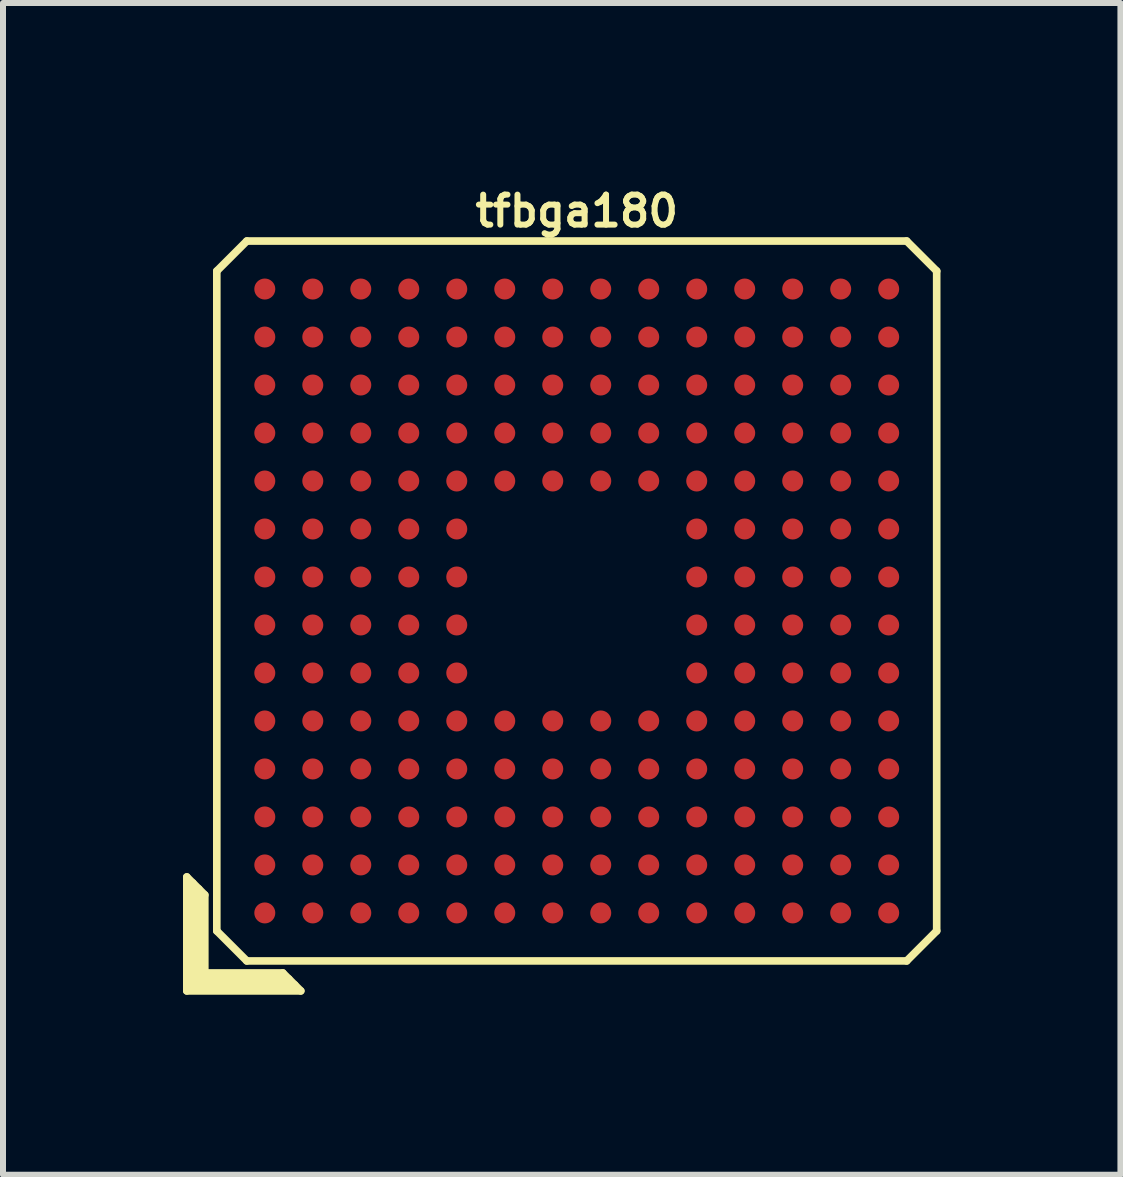
<source format=kicad_pcb>
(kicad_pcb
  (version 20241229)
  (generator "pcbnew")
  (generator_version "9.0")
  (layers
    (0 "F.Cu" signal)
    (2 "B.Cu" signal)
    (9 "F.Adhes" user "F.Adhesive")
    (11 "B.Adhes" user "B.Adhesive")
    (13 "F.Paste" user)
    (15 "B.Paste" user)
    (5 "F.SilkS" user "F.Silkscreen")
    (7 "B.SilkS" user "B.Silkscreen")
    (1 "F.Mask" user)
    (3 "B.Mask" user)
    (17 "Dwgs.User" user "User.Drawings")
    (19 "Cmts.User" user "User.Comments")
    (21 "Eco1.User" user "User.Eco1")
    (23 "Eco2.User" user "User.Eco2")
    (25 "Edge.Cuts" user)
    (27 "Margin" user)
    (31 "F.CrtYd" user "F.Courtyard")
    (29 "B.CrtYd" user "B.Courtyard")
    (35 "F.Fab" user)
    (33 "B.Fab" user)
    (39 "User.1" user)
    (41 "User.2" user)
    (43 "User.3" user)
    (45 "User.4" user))
  (footprint "tfbga180"
    (layer "F.Cu")
    (at 6.564 6.968)
    (property "Reference" "tfbga180" (at 0 -6.5 0) (layer "F.SilkS") (effects (font (size 0.5 0.5) (thickness 0.1))))
    (attr smd)
    (fp_line (start -6.5 4.6) (end -6.2 4.9) (stroke (width 0.127) (type solid)) (layer "F.SilkS"))
    (fp_line (start -6.5 6.5) (end -6.5 4.6) (stroke (width 0.127) (type solid)) (layer "F.SilkS"))
    (fp_line (start -6.4 6.4) (end -6.4 4.7) (stroke (width 0.127) (type solid)) (layer "F.SilkS"))
    (fp_line (start -6.3 4.8) (end -6.3 6.3) (stroke (width 0.127) (type solid)) (layer "F.SilkS"))
    (fp_line (start -6.3 6.3) (end -4.8 6.3) (stroke (width 0.127) (type solid)) (layer "F.SilkS"))
    (fp_line (start -6.2 4.9) (end -6.2 6.2) (stroke (width 0.127) (type solid)) (layer "F.SilkS"))
    (fp_line (start -6.2 6.2) (end -4.9 6.2) (stroke (width 0.127) (type solid)) (layer "F.SilkS"))
    (fp_line (start -6 -5.5) (end -5.5 -6) (stroke (width 0.127) (type solid)) (layer "F.SilkS"))
    (fp_line (start -6 5.5) (end -6 -5.5) (stroke (width 0.127) (type solid)) (layer "F.SilkS"))
    (fp_line (start -5.5 -6) (end 5.5 -6) (stroke (width 0.127) (type solid)) (layer "F.SilkS"))
    (fp_line (start -5.5 6) (end -6 5.5) (stroke (width 0.127) (type solid)) (layer "F.SilkS"))
    (fp_line (start -4.9 6.2) (end -4.6 6.5) (stroke (width 0.127) (type solid)) (layer "F.SilkS"))
    (fp_line (start -4.7 6.4) (end -6.4 6.4) (stroke (width 0.127) (type solid)) (layer "F.SilkS"))
    (fp_line (start -4.6 6.5) (end -6.5 6.5) (stroke (width 0.127) (type solid)) (layer "F.SilkS"))
    (fp_line (start 5.5 -6) (end 6 -5.5) (stroke (width 0.127) (type solid)) (layer "F.SilkS"))
    (fp_line (start 5.5 6) (end -5.5 6) (stroke (width 0.127) (type solid)) (layer "F.SilkS"))
    (fp_line (start 6 -5.5) (end 6 5.5) (stroke (width 0.127) (type solid)) (layer "F.SilkS"))
    (fp_line (start 6 5.5) (end 5.5 6) (stroke (width 0.127) (type solid)) (layer "F.SilkS"))
    (pad "A1" smd circle (at -5.2 5.2) (size 0.35 0.35) (layers "F.Cu" "F.Mask" "F.Paste"))
    (pad "A2" smd circle (at -4.4 5.2) (size 0.35 0.35) (layers "F.Cu" "F.Mask" "F.Paste"))
    (pad "A3" smd circle (at -3.6 5.2) (size 0.35 0.35) (layers "F.Cu" "F.Mask" "F.Paste"))
    (pad "A4" smd circle (at -2.8 5.2) (size 0.35 0.35) (layers "F.Cu" "F.Mask" "F.Paste"))
    (pad "A5" smd circle (at -2 5.2) (size 0.35 0.35) (layers "F.Cu" "F.Mask" "F.Paste"))
    (pad "A6" smd circle (at -1.2 5.2) (size 0.35 0.35) (layers "F.Cu" "F.Mask" "F.Paste"))
    (pad "A7" smd circle (at -0.4 5.2) (size 0.35 0.35) (layers "F.Cu" "F.Mask" "F.Paste"))
    (pad "A8" smd circle (at 0.4 5.2) (size 0.35 0.35) (layers "F.Cu" "F.Mask" "F.Paste"))
    (pad "A9" smd circle (at 1.2 5.2) (size 0.35 0.35) (layers "F.Cu" "F.Mask" "F.Paste"))
    (pad "A10" smd circle (at 2 5.2) (size 0.35 0.35) (layers "F.Cu" "F.Mask" "F.Paste"))
    (pad "A11" smd circle (at 2.8 5.2) (size 0.35 0.35) (layers "F.Cu" "F.Mask" "F.Paste"))
    (pad "A12" smd circle (at 3.6 5.2) (size 0.35 0.35) (layers "F.Cu" "F.Mask" "F.Paste"))
    (pad "A13" smd circle (at 4.4 5.2) (size 0.35 0.35) (layers "F.Cu" "F.Mask" "F.Paste"))
    (pad "A14" smd circle (at 5.2 5.2) (size 0.35 0.35) (layers "F.Cu" "F.Mask" "F.Paste"))
    (pad "B1" smd circle (at -5.2 4.4) (size 0.35 0.35) (layers "F.Cu" "F.Mask" "F.Paste"))
    (pad "B2" smd circle (at -4.4 4.4) (size 0.35 0.35) (layers "F.Cu" "F.Mask" "F.Paste"))
    (pad "B3" smd circle (at -3.6 4.4) (size 0.35 0.35) (layers "F.Cu" "F.Mask" "F.Paste"))
    (pad "B4" smd circle (at -2.8 4.4) (size 0.35 0.35) (layers "F.Cu" "F.Mask" "F.Paste"))
    (pad "B5" smd circle (at -2 4.4) (size 0.35 0.35) (layers "F.Cu" "F.Mask" "F.Paste"))
    (pad "B6" smd circle (at -1.2 4.4) (size 0.35 0.35) (layers "F.Cu" "F.Mask" "F.Paste"))
    (pad "B7" smd circle (at -0.4 4.4) (size 0.35 0.35) (layers "F.Cu" "F.Mask" "F.Paste"))
    (pad "B8" smd circle (at 0.4 4.4) (size 0.35 0.35) (layers "F.Cu" "F.Mask" "F.Paste"))
    (pad "B9" smd circle (at 1.2 4.4) (size 0.35 0.35) (layers "F.Cu" "F.Mask" "F.Paste"))
    (pad "B10" smd circle (at 2 4.4) (size 0.35 0.35) (layers "F.Cu" "F.Mask" "F.Paste"))
    (pad "B11" smd circle (at 2.8 4.4) (size 0.35 0.35) (layers "F.Cu" "F.Mask" "F.Paste"))
    (pad "B12" smd circle (at 3.6 4.4) (size 0.35 0.35) (layers "F.Cu" "F.Mask" "F.Paste"))
    (pad "B13" smd circle (at 4.4 4.4) (size 0.35 0.35) (layers "F.Cu" "F.Mask" "F.Paste"))
    (pad "B14" smd circle (at 5.2 4.4) (size 0.35 0.35) (layers "F.Cu" "F.Mask" "F.Paste"))
    (pad "C1" smd circle (at -5.2 3.6) (size 0.35 0.35) (layers "F.Cu" "F.Mask" "F.Paste"))
    (pad "C2" smd circle (at -4.4 3.6) (size 0.35 0.35) (layers "F.Cu" "F.Mask" "F.Paste"))
    (pad "C3" smd circle (at -3.6 3.6) (size 0.35 0.35) (layers "F.Cu" "F.Mask" "F.Paste"))
    (pad "C4" smd circle (at -2.8 3.6) (size 0.35 0.35) (layers "F.Cu" "F.Mask" "F.Paste"))
    (pad "C5" smd circle (at -2 3.6) (size 0.35 0.35) (layers "F.Cu" "F.Mask" "F.Paste"))
    (pad "C6" smd circle (at -1.2 3.6) (size 0.35 0.35) (layers "F.Cu" "F.Mask" "F.Paste"))
    (pad "C7" smd circle (at -0.4 3.6) (size 0.35 0.35) (layers "F.Cu" "F.Mask" "F.Paste"))
    (pad "C8" smd circle (at 0.4 3.6) (size 0.35 0.35) (layers "F.Cu" "F.Mask" "F.Paste"))
    (pad "C9" smd circle (at 1.2 3.6) (size 0.35 0.35) (layers "F.Cu" "F.Mask" "F.Paste"))
    (pad "C10" smd circle (at 2 3.6) (size 0.35 0.35) (layers "F.Cu" "F.Mask" "F.Paste"))
    (pad "C11" smd circle (at 2.8 3.6) (size 0.35 0.35) (layers "F.Cu" "F.Mask" "F.Paste"))
    (pad "C12" smd circle (at 3.6 3.6) (size 0.35 0.35) (layers "F.Cu" "F.Mask" "F.Paste"))
    (pad "C13" smd circle (at 4.4 3.6) (size 0.35 0.35) (layers "F.Cu" "F.Mask" "F.Paste"))
    (pad "C14" smd circle (at 5.2 3.6) (size 0.35 0.35) (layers "F.Cu" "F.Mask" "F.Paste"))
    (pad "D1" smd circle (at -5.2 2.8) (size 0.35 0.35) (layers "F.Cu" "F.Mask" "F.Paste"))
    (pad "D2" smd circle (at -4.4 2.8) (size 0.35 0.35) (layers "F.Cu" "F.Mask" "F.Paste"))
    (pad "D3" smd circle (at -3.6 2.8) (size 0.35 0.35) (layers "F.Cu" "F.Mask" "F.Paste"))
    (pad "D4" smd circle (at -2.8 2.8) (size 0.35 0.35) (layers "F.Cu" "F.Mask" "F.Paste"))
    (pad "D5" smd circle (at -2 2.8) (size 0.35 0.35) (layers "F.Cu" "F.Mask" "F.Paste"))
    (pad "D6" smd circle (at -1.2 2.8) (size 0.35 0.35) (layers "F.Cu" "F.Mask" "F.Paste"))
    (pad "D7" smd circle (at -0.4 2.8) (size 0.35 0.35) (layers "F.Cu" "F.Mask" "F.Paste"))
    (pad "D8" smd circle (at 0.4 2.8) (size 0.35 0.35) (layers "F.Cu" "F.Mask" "F.Paste"))
    (pad "D9" smd circle (at 1.2 2.8) (size 0.35 0.35) (layers "F.Cu" "F.Mask" "F.Paste"))
    (pad "D10" smd circle (at 2 2.8) (size 0.35 0.35) (layers "F.Cu" "F.Mask" "F.Paste"))
    (pad "D11" smd circle (at 2.8 2.8) (size 0.35 0.35) (layers "F.Cu" "F.Mask" "F.Paste"))
    (pad "D12" smd circle (at 3.6 2.8) (size 0.35 0.35) (layers "F.Cu" "F.Mask" "F.Paste"))
    (pad "D13" smd circle (at 4.4 2.8) (size 0.35 0.35) (layers "F.Cu" "F.Mask" "F.Paste"))
    (pad "D14" smd circle (at 5.2 2.8) (size 0.35 0.35) (layers "F.Cu" "F.Mask" "F.Paste"))
    (pad "E1" smd circle (at -5.2 2) (size 0.35 0.35) (layers "F.Cu" "F.Mask" "F.Paste"))
    (pad "E2" smd circle (at -4.4 2) (size 0.35 0.35) (layers "F.Cu" "F.Mask" "F.Paste"))
    (pad "E3" smd circle (at -3.6 2) (size 0.35 0.35) (layers "F.Cu" "F.Mask" "F.Paste"))
    (pad "E4" smd circle (at -2.8 2) (size 0.35 0.35) (layers "F.Cu" "F.Mask" "F.Paste"))
    (pad "E5" smd circle (at -2 2) (size 0.35 0.35) (layers "F.Cu" "F.Mask" "F.Paste"))
    (pad "E6" smd circle (at -1.2 2) (size 0.35 0.35) (layers "F.Cu" "F.Mask" "F.Paste"))
    (pad "E7" smd circle (at -0.4 2) (size 0.35 0.35) (layers "F.Cu" "F.Mask" "F.Paste"))
    (pad "E8" smd circle (at 0.4 2) (size 0.35 0.35) (layers "F.Cu" "F.Mask" "F.Paste"))
    (pad "E9" smd circle (at 1.2 2) (size 0.35 0.35) (layers "F.Cu" "F.Mask" "F.Paste"))
    (pad "E10" smd circle (at 2 2) (size 0.35 0.35) (layers "F.Cu" "F.Mask" "F.Paste"))
    (pad "E11" smd circle (at 2.8 2) (size 0.35 0.35) (layers "F.Cu" "F.Mask" "F.Paste"))
    (pad "E12" smd circle (at 3.6 2) (size 0.35 0.35) (layers "F.Cu" "F.Mask" "F.Paste"))
    (pad "E13" smd circle (at 4.4 2) (size 0.35 0.35) (layers "F.Cu" "F.Mask" "F.Paste"))
    (pad "E14" smd circle (at 5.2 2) (size 0.35 0.35) (layers "F.Cu" "F.Mask" "F.Paste"))
    (pad "F1" smd circle (at -5.2 1.2) (size 0.35 0.35) (layers "F.Cu" "F.Mask" "F.Paste"))
    (pad "F2" smd circle (at -4.4 1.2) (size 0.35 0.35) (layers "F.Cu" "F.Mask" "F.Paste"))
    (pad "F3" smd circle (at -3.6 1.2) (size 0.35 0.35) (layers "F.Cu" "F.Mask" "F.Paste"))
    (pad "F4" smd circle (at -2.8 1.2) (size 0.35 0.35) (layers "F.Cu" "F.Mask" "F.Paste"))
    (pad "F5" smd circle (at -2 1.2) (size 0.35 0.35) (layers "F.Cu" "F.Mask" "F.Paste"))
    (pad "F10" smd circle (at 2 1.2) (size 0.35 0.35) (layers "F.Cu" "F.Mask" "F.Paste"))
    (pad "F11" smd circle (at 2.8 1.2) (size 0.35 0.35) (layers "F.Cu" "F.Mask" "F.Paste"))
    (pad "F12" smd circle (at 3.6 1.2) (size 0.35 0.35) (layers "F.Cu" "F.Mask" "F.Paste"))
    (pad "F13" smd circle (at 4.4 1.2) (size 0.35 0.35) (layers "F.Cu" "F.Mask" "F.Paste"))
    (pad "F14" smd circle (at 5.2 1.2) (size 0.35 0.35) (layers "F.Cu" "F.Mask" "F.Paste"))
    (pad "G1" smd circle (at -5.2 0.4) (size 0.35 0.35) (layers "F.Cu" "F.Mask" "F.Paste"))
    (pad "G2" smd circle (at -4.4 0.4) (size 0.35 0.35) (layers "F.Cu" "F.Mask" "F.Paste"))
    (pad "G3" smd circle (at -3.6 0.4) (size 0.35 0.35) (layers "F.Cu" "F.Mask" "F.Paste"))
    (pad "G4" smd circle (at -2.8 0.4) (size 0.35 0.35) (layers "F.Cu" "F.Mask" "F.Paste"))
    (pad "G5" smd circle (at -2 0.4) (size 0.35 0.35) (layers "F.Cu" "F.Mask" "F.Paste"))
    (pad "G10" smd circle (at 2 0.4) (size 0.35 0.35) (layers "F.Cu" "F.Mask" "F.Paste"))
    (pad "G11" smd circle (at 2.8 0.4) (size 0.35 0.35) (layers "F.Cu" "F.Mask" "F.Paste"))
    (pad "G12" smd circle (at 3.6 0.4) (size 0.35 0.35) (layers "F.Cu" "F.Mask" "F.Paste"))
    (pad "G13" smd circle (at 4.4 0.4) (size 0.35 0.35) (layers "F.Cu" "F.Mask" "F.Paste"))
    (pad "G14" smd circle (at 5.2 0.4) (size 0.35 0.35) (layers "F.Cu" "F.Mask" "F.Paste"))
    (pad "H1" smd circle (at -5.2 -0.4) (size 0.35 0.35) (layers "F.Cu" "F.Mask" "F.Paste"))
    (pad "H2" smd circle (at -4.4 -0.4) (size 0.35 0.35) (layers "F.Cu" "F.Mask" "F.Paste"))
    (pad "H3" smd circle (at -3.6 -0.4) (size 0.35 0.35) (layers "F.Cu" "F.Mask" "F.Paste"))
    (pad "H4" smd circle (at -2.8 -0.4) (size 0.35 0.35) (layers "F.Cu" "F.Mask" "F.Paste"))
    (pad "H5" smd circle (at -2 -0.4) (size 0.35 0.35) (layers "F.Cu" "F.Mask" "F.Paste"))
    (pad "H10" smd circle (at 2 -0.4) (size 0.35 0.35) (layers "F.Cu" "F.Mask" "F.Paste"))
    (pad "H11" smd circle (at 2.8 -0.4) (size 0.35 0.35) (layers "F.Cu" "F.Mask" "F.Paste"))
    (pad "H12" smd circle (at 3.6 -0.4) (size 0.35 0.35) (layers "F.Cu" "F.Mask" "F.Paste"))
    (pad "H13" smd circle (at 4.4 -0.4) (size 0.35 0.35) (layers "F.Cu" "F.Mask" "F.Paste"))
    (pad "H14" smd circle (at 5.2 -0.4) (size 0.35 0.35) (layers "F.Cu" "F.Mask" "F.Paste"))
    (pad "J1" smd circle (at -5.2 -1.2) (size 0.35 0.35) (layers "F.Cu" "F.Mask" "F.Paste"))
    (pad "J2" smd circle (at -4.4 -1.2) (size 0.35 0.35) (layers "F.Cu" "F.Mask" "F.Paste"))
    (pad "J3" smd circle (at -3.6 -1.2) (size 0.35 0.35) (layers "F.Cu" "F.Mask" "F.Paste"))
    (pad "J4" smd circle (at -2.8 -1.2) (size 0.35 0.35) (layers "F.Cu" "F.Mask" "F.Paste"))
    (pad "J5" smd circle (at -2 -1.2) (size 0.35 0.35) (layers "F.Cu" "F.Mask" "F.Paste"))
    (pad "J10" smd circle (at 2 -1.2) (size 0.35 0.35) (layers "F.Cu" "F.Mask" "F.Paste"))
    (pad "J11" smd circle (at 2.8 -1.2) (size 0.35 0.35) (layers "F.Cu" "F.Mask" "F.Paste"))
    (pad "J12" smd circle (at 3.6 -1.2) (size 0.35 0.35) (layers "F.Cu" "F.Mask" "F.Paste"))
    (pad "J13" smd circle (at 4.4 -1.2) (size 0.35 0.35) (layers "F.Cu" "F.Mask" "F.Paste"))
    (pad "J14" smd circle (at 5.2 -1.2) (size 0.35 0.35) (layers "F.Cu" "F.Mask" "F.Paste"))
    (pad "K1" smd circle (at -5.2 -2) (size 0.35 0.35) (layers "F.Cu" "F.Mask" "F.Paste"))
    (pad "K2" smd circle (at -4.4 -2) (size 0.35 0.35) (layers "F.Cu" "F.Mask" "F.Paste"))
    (pad "K3" smd circle (at -3.6 -2) (size 0.35 0.35) (layers "F.Cu" "F.Mask" "F.Paste"))
    (pad "K4" smd circle (at -2.8 -2) (size 0.35 0.35) (layers "F.Cu" "F.Mask" "F.Paste"))
    (pad "K5" smd circle (at -2 -2) (size 0.35 0.35) (layers "F.Cu" "F.Mask" "F.Paste"))
    (pad "K6" smd circle (at -1.2 -2) (size 0.35 0.35) (layers "F.Cu" "F.Mask" "F.Paste"))
    (pad "K7" smd circle (at -0.4 -2) (size 0.35 0.35) (layers "F.Cu" "F.Mask" "F.Paste"))
    (pad "K8" smd circle (at 0.4 -2) (size 0.35 0.35) (layers "F.Cu" "F.Mask" "F.Paste"))
    (pad "K9" smd circle (at 1.2 -2) (size 0.35 0.35) (layers "F.Cu" "F.Mask" "F.Paste"))
    (pad "K10" smd circle (at 2 -2) (size 0.35 0.35) (layers "F.Cu" "F.Mask" "F.Paste"))
    (pad "K11" smd circle (at 2.8 -2) (size 0.35 0.35) (layers "F.Cu" "F.Mask" "F.Paste"))
    (pad "K12" smd circle (at 3.6 -2) (size 0.35 0.35) (layers "F.Cu" "F.Mask" "F.Paste"))
    (pad "K13" smd circle (at 4.4 -2) (size 0.35 0.35) (layers "F.Cu" "F.Mask" "F.Paste"))
    (pad "K14" smd circle (at 5.2 -2) (size 0.35 0.35) (layers "F.Cu" "F.Mask" "F.Paste"))
    (pad "L1" smd circle (at -5.2 -2.8) (size 0.35 0.35) (layers "F.Cu" "F.Mask" "F.Paste"))
    (pad "L2" smd circle (at -4.4 -2.8) (size 0.35 0.35) (layers "F.Cu" "F.Mask" "F.Paste"))
    (pad "L3" smd circle (at -3.6 -2.8) (size 0.35 0.35) (layers "F.Cu" "F.Mask" "F.Paste"))
    (pad "L4" smd circle (at -2.8 -2.8) (size 0.35 0.35) (layers "F.Cu" "F.Mask" "F.Paste"))
    (pad "L5" smd circle (at -2 -2.8) (size 0.35 0.35) (layers "F.Cu" "F.Mask" "F.Paste"))
    (pad "L6" smd circle (at -1.2 -2.8) (size 0.35 0.35) (layers "F.Cu" "F.Mask" "F.Paste"))
    (pad "L7" smd circle (at -0.4 -2.8) (size 0.35 0.35) (layers "F.Cu" "F.Mask" "F.Paste"))
    (pad "L8" smd circle (at 0.4 -2.8) (size 0.35 0.35) (layers "F.Cu" "F.Mask" "F.Paste"))
    (pad "L9" smd circle (at 1.2 -2.8) (size 0.35 0.35) (layers "F.Cu" "F.Mask" "F.Paste"))
    (pad "L10" smd circle (at 2 -2.8) (size 0.35 0.35) (layers "F.Cu" "F.Mask" "F.Paste"))
    (pad "L11" smd circle (at 2.8 -2.8) (size 0.35 0.35) (layers "F.Cu" "F.Mask" "F.Paste"))
    (pad "L12" smd circle (at 3.6 -2.8) (size 0.35 0.35) (layers "F.Cu" "F.Mask" "F.Paste"))
    (pad "L13" smd circle (at 4.4 -2.8) (size 0.35 0.35) (layers "F.Cu" "F.Mask" "F.Paste"))
    (pad "L14" smd circle (at 5.2 -2.8) (size 0.35 0.35) (layers "F.Cu" "F.Mask" "F.Paste"))
    (pad "M1" smd circle (at -5.2 -3.6) (size 0.35 0.35) (layers "F.Cu" "F.Mask" "F.Paste"))
    (pad "M2" smd circle (at -4.4 -3.6) (size 0.35 0.35) (layers "F.Cu" "F.Mask" "F.Paste"))
    (pad "M3" smd circle (at -3.6 -3.6) (size 0.35 0.35) (layers "F.Cu" "F.Mask" "F.Paste"))
    (pad "M4" smd circle (at -2.8 -3.6) (size 0.35 0.35) (layers "F.Cu" "F.Mask" "F.Paste"))
    (pad "M5" smd circle (at -2 -3.6) (size 0.35 0.35) (layers "F.Cu" "F.Mask" "F.Paste"))
    (pad "M6" smd circle (at -1.2 -3.6) (size 0.35 0.35) (layers "F.Cu" "F.Mask" "F.Paste"))
    (pad "M7" smd circle (at -0.4 -3.6) (size 0.35 0.35) (layers "F.Cu" "F.Mask" "F.Paste"))
    (pad "M8" smd circle (at 0.4 -3.6) (size 0.35 0.35) (layers "F.Cu" "F.Mask" "F.Paste"))
    (pad "M9" smd circle (at 1.2 -3.6) (size 0.35 0.35) (layers "F.Cu" "F.Mask" "F.Paste"))
    (pad "M10" smd circle (at 2 -3.6) (size 0.35 0.35) (layers "F.Cu" "F.Mask" "F.Paste"))
    (pad "M11" smd circle (at 2.8 -3.6) (size 0.35 0.35) (layers "F.Cu" "F.Mask" "F.Paste"))
    (pad "M12" smd circle (at 3.6 -3.6) (size 0.35 0.35) (layers "F.Cu" "F.Mask" "F.Paste"))
    (pad "M13" smd circle (at 4.4 -3.6) (size 0.35 0.35) (layers "F.Cu" "F.Mask" "F.Paste"))
    (pad "M14" smd circle (at 5.2 -3.6) (size 0.35 0.35) (layers "F.Cu" "F.Mask" "F.Paste"))
    (pad "N1" smd circle (at -5.2 -4.4) (size 0.35 0.35) (layers "F.Cu" "F.Mask" "F.Paste"))
    (pad "N2" smd circle (at -4.4 -4.4) (size 0.35 0.35) (layers "F.Cu" "F.Mask" "F.Paste"))
    (pad "N3" smd circle (at -3.6 -4.4) (size 0.35 0.35) (layers "F.Cu" "F.Mask" "F.Paste"))
    (pad "N4" smd circle (at -2.8 -4.4) (size 0.35 0.35) (layers "F.Cu" "F.Mask" "F.Paste"))
    (pad "N5" smd circle (at -2 -4.4) (size 0.35 0.35) (layers "F.Cu" "F.Mask" "F.Paste"))
    (pad "N6" smd circle (at -1.2 -4.4) (size 0.35 0.35) (layers "F.Cu" "F.Mask" "F.Paste"))
    (pad "N7" smd circle (at -0.4 -4.4) (size 0.35 0.35) (layers "F.Cu" "F.Mask" "F.Paste"))
    (pad "N8" smd circle (at 0.4 -4.4) (size 0.35 0.35) (layers "F.Cu" "F.Mask" "F.Paste"))
    (pad "N9" smd circle (at 1.2 -4.4) (size 0.35 0.35) (layers "F.Cu" "F.Mask" "F.Paste"))
    (pad "N10" smd circle (at 2 -4.4) (size 0.35 0.35) (layers "F.Cu" "F.Mask" "F.Paste"))
    (pad "N11" smd circle (at 2.8 -4.4) (size 0.35 0.35) (layers "F.Cu" "F.Mask" "F.Paste"))
    (pad "N12" smd circle (at 3.6 -4.4) (size 0.35 0.35) (layers "F.Cu" "F.Mask" "F.Paste"))
    (pad "N13" smd circle (at 4.4 -4.4) (size 0.35 0.35) (layers "F.Cu" "F.Mask" "F.Paste"))
    (pad "N14" smd circle (at 5.2 -4.4) (size 0.35 0.35) (layers "F.Cu" "F.Mask" "F.Paste"))
    (pad "P1" smd circle (at -5.2 -5.2) (size 0.35 0.35) (layers "F.Cu" "F.Mask" "F.Paste"))
    (pad "P2" smd circle (at -4.4 -5.2) (size 0.35 0.35) (layers "F.Cu" "F.Mask" "F.Paste"))
    (pad "P3" smd circle (at -3.6 -5.2) (size 0.35 0.35) (layers "F.Cu" "F.Mask" "F.Paste"))
    (pad "P4" smd circle (at -2.8 -5.2) (size 0.35 0.35) (layers "F.Cu" "F.Mask" "F.Paste"))
    (pad "P5" smd circle (at -2 -5.2) (size 0.35 0.35) (layers "F.Cu" "F.Mask" "F.Paste"))
    (pad "P6" smd circle (at -1.2 -5.2) (size 0.35 0.35) (layers "F.Cu" "F.Mask" "F.Paste"))
    (pad "P7" smd circle (at -0.4 -5.2) (size 0.35 0.35) (layers "F.Cu" "F.Mask" "F.Paste"))
    (pad "P8" smd circle (at 0.4 -5.2) (size 0.35 0.35) (layers "F.Cu" "F.Mask" "F.Paste"))
    (pad "P9" smd circle (at 1.2 -5.2) (size 0.35 0.35) (layers "F.Cu" "F.Mask" "F.Paste"))
    (pad "P10" smd circle (at 2 -5.2) (size 0.35 0.35) (layers "F.Cu" "F.Mask" "F.Paste"))
    (pad "P11" smd circle (at 2.8 -5.2) (size 0.35 0.35) (layers "F.Cu" "F.Mask" "F.Paste"))
    (pad "P12" smd circle (at 3.6 -5.2) (size 0.35 0.35) (layers "F.Cu" "F.Mask" "F.Paste"))
    (pad "P13" smd circle (at 4.4 -5.2) (size 0.35 0.35) (layers "F.Cu" "F.Mask" "F.Paste"))
    (pad "P14" smd circle (at 5.2 -5.2) (size 0.35 0.35) (layers "F.Cu" "F.Mask" "F.Paste")))
  (gr_rect
    (start -3 -3)
    (end 15.627 16.532)
    (stroke (width 0.1) (type default))
    (fill no)
    (layer "Edge.Cuts")))
</source>
